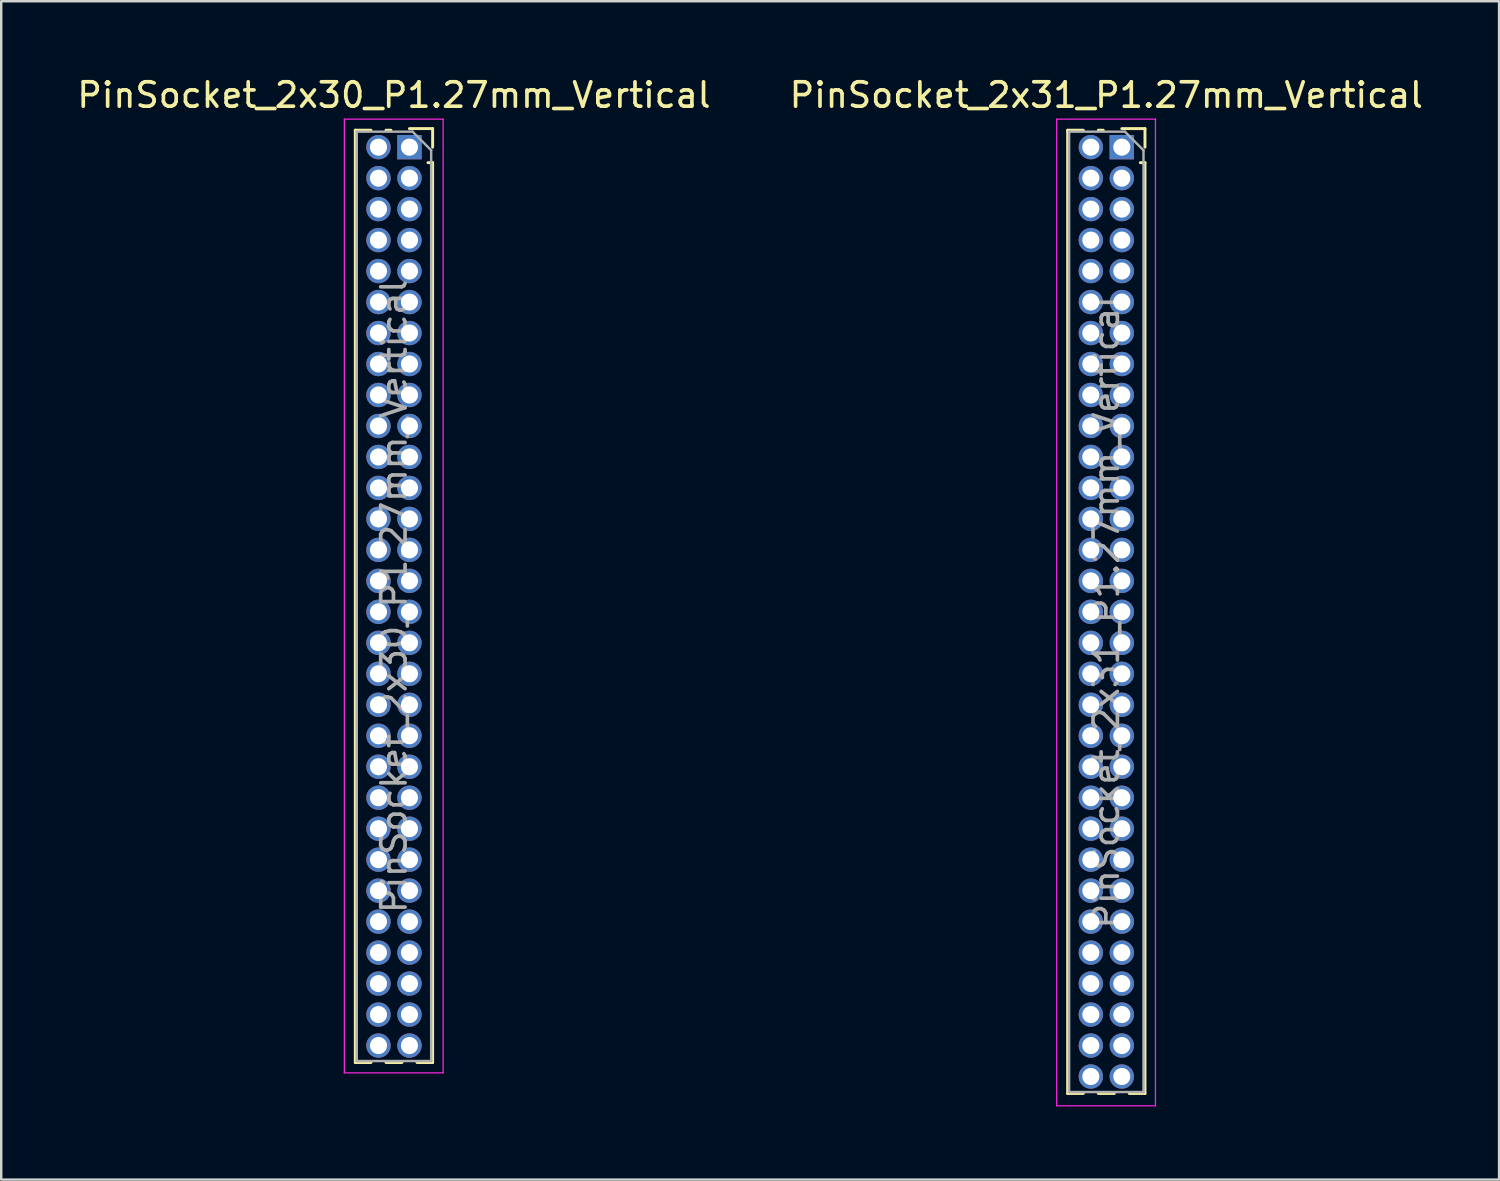
<source format=kicad_pcb>
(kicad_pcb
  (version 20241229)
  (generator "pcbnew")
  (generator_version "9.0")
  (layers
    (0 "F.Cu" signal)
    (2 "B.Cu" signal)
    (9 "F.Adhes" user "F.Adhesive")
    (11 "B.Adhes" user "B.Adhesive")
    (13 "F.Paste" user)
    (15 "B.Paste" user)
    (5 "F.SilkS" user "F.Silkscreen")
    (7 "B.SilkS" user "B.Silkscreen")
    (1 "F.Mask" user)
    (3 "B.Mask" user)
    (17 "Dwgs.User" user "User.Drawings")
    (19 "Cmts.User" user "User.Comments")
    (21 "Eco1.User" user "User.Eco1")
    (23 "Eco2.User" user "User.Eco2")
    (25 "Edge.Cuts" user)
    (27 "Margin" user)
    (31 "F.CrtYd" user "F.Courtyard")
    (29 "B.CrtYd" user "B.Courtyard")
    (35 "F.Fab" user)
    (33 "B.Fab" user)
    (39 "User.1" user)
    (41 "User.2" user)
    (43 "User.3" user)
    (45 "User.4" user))
  (footprint "PinSocket_2x30_P1.27mm_Vertical"
    (layer "F.Cu")
    (at 13.736 2.983)
    (property "Reference" "PinSocket_2x30_P1.27mm_Vertical" (at -0.635 -2.135 0) (layer "F.SilkS") (effects (font (size 1 1) (thickness 0.15))))
    (attr through_hole)
    (fp_line (start -2.22 -0.695) (end -2.22 37.525) (stroke (width 0.12) (type solid)) (layer "F.SilkS"))
    (fp_line (start -2.22 -0.695) (end -1.578 -0.695) (stroke (width 0.12) (type solid)) (layer "F.SilkS"))
    (fp_line (start -2.22 37.525) (end -1.578 37.525) (stroke (width 0.12) (type solid)) (layer "F.SilkS"))
    (fp_line (start -0.962 -0.695) (end -0.76 -0.695) (stroke (width 0.12) (type solid)) (layer "F.SilkS"))
    (fp_line (start -0.962 37.525) (end -0.308 37.525) (stroke (width 0.12) (type solid)) (layer "F.SilkS"))
    (fp_line (start 0 -0.76) (end 0.95 -0.76) (stroke (width 0.12) (type solid)) (layer "F.SilkS"))
    (fp_line (start 0.308 37.525) (end 0.95 37.525) (stroke (width 0.12) (type solid)) (layer "F.SilkS"))
    (fp_line (start 0.76 0.635) (end 0.95 0.635) (stroke (width 0.12) (type solid)) (layer "F.SilkS"))
    (fp_line (start 0.95 -0.76) (end 0.95 0) (stroke (width 0.12) (type solid)) (layer "F.SilkS"))
    (fp_line (start 0.95 0.635) (end 0.95 37.525) (stroke (width 0.12) (type solid)) (layer "F.SilkS"))
    (fp_line (start -2.67 -1.15) (end 1.38 -1.15) (stroke (width 0.05) (type solid)) (layer "F.CrtYd"))
    (fp_line (start -2.67 37.95) (end -2.67 -1.15) (stroke (width 0.05) (type solid)) (layer "F.CrtYd"))
    (fp_line (start 1.38 -1.15) (end 1.38 37.95) (stroke (width 0.05) (type solid)) (layer "F.CrtYd"))
    (fp_line (start 1.38 37.95) (end -2.67 37.95) (stroke (width 0.05) (type solid)) (layer "F.CrtYd"))
    (fp_line (start -2.16 -0.635) (end 0.128 -0.635) (stroke (width 0.1) (type solid)) (layer "F.Fab"))
    (fp_line (start -2.16 37.465) (end -2.16 -0.635) (stroke (width 0.1) (type solid)) (layer "F.Fab"))
    (fp_line (start 0.128 -0.635) (end 0.89 0.128) (stroke (width 0.1) (type solid)) (layer "F.Fab"))
    (fp_line (start 0.89 0.128) (end 0.89 37.465) (stroke (width 0.1) (type solid)) (layer "F.Fab"))
    (fp_line (start 0.89 37.465) (end -2.16 37.465) (stroke (width 0.1) (type solid)) (layer "F.Fab"))
    (fp_text user "${REFERENCE}" (at -0.635 18.415 90) (layer "F.Fab") (effects (font (size 1 1) (thickness 0.15))))
    (pad "1" thru_hole rect (at 0 0) (size 1 1) (drill 0.7) (layers "*.Cu" "*.Mask"))
    (pad "2" thru_hole oval (at -1.27 0) (size 1 1) (drill 0.7) (layers "*.Cu" "*.Mask"))
    (pad "3" thru_hole oval (at 0 1.27) (size 1 1) (drill 0.7) (layers "*.Cu" "*.Mask"))
    (pad "4" thru_hole oval (at -1.27 1.27) (size 1 1) (drill 0.7) (layers "*.Cu" "*.Mask"))
    (pad "5" thru_hole oval (at 0 2.54) (size 1 1) (drill 0.7) (layers "*.Cu" "*.Mask"))
    (pad "6" thru_hole oval (at -1.27 2.54) (size 1 1) (drill 0.7) (layers "*.Cu" "*.Mask"))
    (pad "7" thru_hole oval (at 0 3.81) (size 1 1) (drill 0.7) (layers "*.Cu" "*.Mask"))
    (pad "8" thru_hole oval (at -1.27 3.81) (size 1 1) (drill 0.7) (layers "*.Cu" "*.Mask"))
    (pad "9" thru_hole oval (at 0 5.08) (size 1 1) (drill 0.7) (layers "*.Cu" "*.Mask"))
    (pad "10" thru_hole oval (at -1.27 5.08) (size 1 1) (drill 0.7) (layers "*.Cu" "*.Mask"))
    (pad "11" thru_hole oval (at 0 6.35) (size 1 1) (drill 0.7) (layers "*.Cu" "*.Mask"))
    (pad "12" thru_hole oval (at -1.27 6.35) (size 1 1) (drill 0.7) (layers "*.Cu" "*.Mask"))
    (pad "13" thru_hole oval (at 0 7.62) (size 1 1) (drill 0.7) (layers "*.Cu" "*.Mask"))
    (pad "14" thru_hole oval (at -1.27 7.62) (size 1 1) (drill 0.7) (layers "*.Cu" "*.Mask"))
    (pad "15" thru_hole oval (at 0 8.89) (size 1 1) (drill 0.7) (layers "*.Cu" "*.Mask"))
    (pad "16" thru_hole oval (at -1.27 8.89) (size 1 1) (drill 0.7) (layers "*.Cu" "*.Mask"))
    (pad "17" thru_hole oval (at 0 10.16) (size 1 1) (drill 0.7) (layers "*.Cu" "*.Mask"))
    (pad "18" thru_hole oval (at -1.27 10.16) (size 1 1) (drill 0.7) (layers "*.Cu" "*.Mask"))
    (pad "19" thru_hole oval (at 0 11.43) (size 1 1) (drill 0.7) (layers "*.Cu" "*.Mask"))
    (pad "20" thru_hole oval (at -1.27 11.43) (size 1 1) (drill 0.7) (layers "*.Cu" "*.Mask"))
    (pad "21" thru_hole oval (at 0 12.7) (size 1 1) (drill 0.7) (layers "*.Cu" "*.Mask"))
    (pad "22" thru_hole oval (at -1.27 12.7) (size 1 1) (drill 0.7) (layers "*.Cu" "*.Mask"))
    (pad "23" thru_hole oval (at 0 13.97) (size 1 1) (drill 0.7) (layers "*.Cu" "*.Mask"))
    (pad "24" thru_hole oval (at -1.27 13.97) (size 1 1) (drill 0.7) (layers "*.Cu" "*.Mask"))
    (pad "25" thru_hole oval (at 0 15.24) (size 1 1) (drill 0.7) (layers "*.Cu" "*.Mask"))
    (pad "26" thru_hole oval (at -1.27 15.24) (size 1 1) (drill 0.7) (layers "*.Cu" "*.Mask"))
    (pad "27" thru_hole oval (at 0 16.51) (size 1 1) (drill 0.7) (layers "*.Cu" "*.Mask"))
    (pad "28" thru_hole oval (at -1.27 16.51) (size 1 1) (drill 0.7) (layers "*.Cu" "*.Mask"))
    (pad "29" thru_hole oval (at 0 17.78) (size 1 1) (drill 0.7) (layers "*.Cu" "*.Mask"))
    (pad "30" thru_hole oval (at -1.27 17.78) (size 1 1) (drill 0.7) (layers "*.Cu" "*.Mask"))
    (pad "31" thru_hole oval (at 0 19.05) (size 1 1) (drill 0.7) (layers "*.Cu" "*.Mask"))
    (pad "32" thru_hole oval (at -1.27 19.05) (size 1 1) (drill 0.7) (layers "*.Cu" "*.Mask"))
    (pad "33" thru_hole oval (at 0 20.32) (size 1 1) (drill 0.7) (layers "*.Cu" "*.Mask"))
    (pad "34" thru_hole oval (at -1.27 20.32) (size 1 1) (drill 0.7) (layers "*.Cu" "*.Mask"))
    (pad "35" thru_hole oval (at 0 21.59) (size 1 1) (drill 0.7) (layers "*.Cu" "*.Mask"))
    (pad "36" thru_hole oval (at -1.27 21.59) (size 1 1) (drill 0.7) (layers "*.Cu" "*.Mask"))
    (pad "37" thru_hole oval (at 0 22.86) (size 1 1) (drill 0.7) (layers "*.Cu" "*.Mask"))
    (pad "38" thru_hole oval (at -1.27 22.86) (size 1 1) (drill 0.7) (layers "*.Cu" "*.Mask"))
    (pad "39" thru_hole oval (at 0 24.13) (size 1 1) (drill 0.7) (layers "*.Cu" "*.Mask"))
    (pad "40" thru_hole oval (at -1.27 24.13) (size 1 1) (drill 0.7) (layers "*.Cu" "*.Mask"))
    (pad "41" thru_hole oval (at 0 25.4) (size 1 1) (drill 0.7) (layers "*.Cu" "*.Mask"))
    (pad "42" thru_hole oval (at -1.27 25.4) (size 1 1) (drill 0.7) (layers "*.Cu" "*.Mask"))
    (pad "43" thru_hole oval (at 0 26.67) (size 1 1) (drill 0.7) (layers "*.Cu" "*.Mask"))
    (pad "44" thru_hole oval (at -1.27 26.67) (size 1 1) (drill 0.7) (layers "*.Cu" "*.Mask"))
    (pad "45" thru_hole oval (at 0 27.94) (size 1 1) (drill 0.7) (layers "*.Cu" "*.Mask"))
    (pad "46" thru_hole oval (at -1.27 27.94) (size 1 1) (drill 0.7) (layers "*.Cu" "*.Mask"))
    (pad "47" thru_hole oval (at 0 29.21) (size 1 1) (drill 0.7) (layers "*.Cu" "*.Mask"))
    (pad "48" thru_hole oval (at -1.27 29.21) (size 1 1) (drill 0.7) (layers "*.Cu" "*.Mask"))
    (pad "49" thru_hole oval (at 0 30.48) (size 1 1) (drill 0.7) (layers "*.Cu" "*.Mask"))
    (pad "50" thru_hole oval (at -1.27 30.48) (size 1 1) (drill 0.7) (layers "*.Cu" "*.Mask"))
    (pad "51" thru_hole oval (at 0 31.75) (size 1 1) (drill 0.7) (layers "*.Cu" "*.Mask"))
    (pad "52" thru_hole oval (at -1.27 31.75) (size 1 1) (drill 0.7) (layers "*.Cu" "*.Mask"))
    (pad "53" thru_hole oval (at 0 33.02) (size 1 1) (drill 0.7) (layers "*.Cu" "*.Mask"))
    (pad "54" thru_hole oval (at -1.27 33.02) (size 1 1) (drill 0.7) (layers "*.Cu" "*.Mask"))
    (pad "55" thru_hole oval (at 0 34.29) (size 1 1) (drill 0.7) (layers "*.Cu" "*.Mask"))
    (pad "56" thru_hole oval (at -1.27 34.29) (size 1 1) (drill 0.7) (layers "*.Cu" "*.Mask"))
    (pad "57" thru_hole oval (at 0 35.56) (size 1 1) (drill 0.7) (layers "*.Cu" "*.Mask"))
    (pad "58" thru_hole oval (at -1.27 35.56) (size 1 1) (drill 0.7) (layers "*.Cu" "*.Mask"))
    (pad "59" thru_hole oval (at 0 36.83) (size 1 1) (drill 0.7) (layers "*.Cu" "*.Mask"))
    (pad "60" thru_hole oval (at -1.27 36.83) (size 1 1) (drill 0.7) (layers "*.Cu" "*.Mask")))
  (footprint "PinSocket_2x31_P1.27mm_Vertical"
    (layer "F.Cu")
    (at 42.939 2.983)
    (property "Reference" "PinSocket_2x31_P1.27mm_Vertical" (at -0.635 -2.135 0) (layer "F.SilkS") (effects (font (size 1 1) (thickness 0.15))))
    (attr through_hole)
    (fp_line (start -2.22 -0.695) (end -2.22 38.795) (stroke (width 0.12) (type solid)) (layer "F.SilkS"))
    (fp_line (start -2.22 -0.695) (end -1.578 -0.695) (stroke (width 0.12) (type solid)) (layer "F.SilkS"))
    (fp_line (start -2.22 38.795) (end -1.578 38.795) (stroke (width 0.12) (type solid)) (layer "F.SilkS"))
    (fp_line (start -0.962 -0.695) (end -0.76 -0.695) (stroke (width 0.12) (type solid)) (layer "F.SilkS"))
    (fp_line (start -0.962 38.795) (end -0.308 38.795) (stroke (width 0.12) (type solid)) (layer "F.SilkS"))
    (fp_line (start 0 -0.76) (end 0.95 -0.76) (stroke (width 0.12) (type solid)) (layer "F.SilkS"))
    (fp_line (start 0.308 38.795) (end 0.95 38.795) (stroke (width 0.12) (type solid)) (layer "F.SilkS"))
    (fp_line (start 0.76 0.635) (end 0.95 0.635) (stroke (width 0.12) (type solid)) (layer "F.SilkS"))
    (fp_line (start 0.95 -0.76) (end 0.95 0) (stroke (width 0.12) (type solid)) (layer "F.SilkS"))
    (fp_line (start 0.95 0.635) (end 0.95 38.795) (stroke (width 0.12) (type solid)) (layer "F.SilkS"))
    (fp_line (start -2.67 -1.15) (end 1.38 -1.15) (stroke (width 0.05) (type solid)) (layer "F.CrtYd"))
    (fp_line (start -2.67 39.3) (end -2.67 -1.15) (stroke (width 0.05) (type solid)) (layer "F.CrtYd"))
    (fp_line (start 1.38 -1.15) (end 1.38 39.3) (stroke (width 0.05) (type solid)) (layer "F.CrtYd"))
    (fp_line (start 1.38 39.3) (end -2.67 39.3) (stroke (width 0.05) (type solid)) (layer "F.CrtYd"))
    (fp_line (start -2.16 -0.635) (end 0.128 -0.635) (stroke (width 0.1) (type solid)) (layer "F.Fab"))
    (fp_line (start -2.16 38.735) (end -2.16 -0.635) (stroke (width 0.1) (type solid)) (layer "F.Fab"))
    (fp_line (start 0.128 -0.635) (end 0.89 0.128) (stroke (width 0.1) (type solid)) (layer "F.Fab"))
    (fp_line (start 0.89 0.128) (end 0.89 38.735) (stroke (width 0.1) (type solid)) (layer "F.Fab"))
    (fp_line (start 0.89 38.735) (end -2.16 38.735) (stroke (width 0.1) (type solid)) (layer "F.Fab"))
    (fp_text user "${REFERENCE}" (at -0.635 19.05 90) (layer "F.Fab") (effects (font (size 1 1) (thickness 0.15))))
    (pad "1" thru_hole rect (at 0 0) (size 1 1) (drill 0.7) (layers "*.Cu" "*.Mask"))
    (pad "2" thru_hole oval (at -1.27 0) (size 1 1) (drill 0.7) (layers "*.Cu" "*.Mask"))
    (pad "3" thru_hole oval (at 0 1.27) (size 1 1) (drill 0.7) (layers "*.Cu" "*.Mask"))
    (pad "4" thru_hole oval (at -1.27 1.27) (size 1 1) (drill 0.7) (layers "*.Cu" "*.Mask"))
    (pad "5" thru_hole oval (at 0 2.54) (size 1 1) (drill 0.7) (layers "*.Cu" "*.Mask"))
    (pad "6" thru_hole oval (at -1.27 2.54) (size 1 1) (drill 0.7) (layers "*.Cu" "*.Mask"))
    (pad "7" thru_hole oval (at 0 3.81) (size 1 1) (drill 0.7) (layers "*.Cu" "*.Mask"))
    (pad "8" thru_hole oval (at -1.27 3.81) (size 1 1) (drill 0.7) (layers "*.Cu" "*.Mask"))
    (pad "9" thru_hole oval (at 0 5.08) (size 1 1) (drill 0.7) (layers "*.Cu" "*.Mask"))
    (pad "10" thru_hole oval (at -1.27 5.08) (size 1 1) (drill 0.7) (layers "*.Cu" "*.Mask"))
    (pad "11" thru_hole oval (at 0 6.35) (size 1 1) (drill 0.7) (layers "*.Cu" "*.Mask"))
    (pad "12" thru_hole oval (at -1.27 6.35) (size 1 1) (drill 0.7) (layers "*.Cu" "*.Mask"))
    (pad "13" thru_hole oval (at 0 7.62) (size 1 1) (drill 0.7) (layers "*.Cu" "*.Mask"))
    (pad "14" thru_hole oval (at -1.27 7.62) (size 1 1) (drill 0.7) (layers "*.Cu" "*.Mask"))
    (pad "15" thru_hole oval (at 0 8.89) (size 1 1) (drill 0.7) (layers "*.Cu" "*.Mask"))
    (pad "16" thru_hole oval (at -1.27 8.89) (size 1 1) (drill 0.7) (layers "*.Cu" "*.Mask"))
    (pad "17" thru_hole oval (at 0 10.16) (size 1 1) (drill 0.7) (layers "*.Cu" "*.Mask"))
    (pad "18" thru_hole oval (at -1.27 10.16) (size 1 1) (drill 0.7) (layers "*.Cu" "*.Mask"))
    (pad "19" thru_hole oval (at 0 11.43) (size 1 1) (drill 0.7) (layers "*.Cu" "*.Mask"))
    (pad "20" thru_hole oval (at -1.27 11.43) (size 1 1) (drill 0.7) (layers "*.Cu" "*.Mask"))
    (pad "21" thru_hole oval (at 0 12.7) (size 1 1) (drill 0.7) (layers "*.Cu" "*.Mask"))
    (pad "22" thru_hole oval (at -1.27 12.7) (size 1 1) (drill 0.7) (layers "*.Cu" "*.Mask"))
    (pad "23" thru_hole oval (at 0 13.97) (size 1 1) (drill 0.7) (layers "*.Cu" "*.Mask"))
    (pad "24" thru_hole oval (at -1.27 13.97) (size 1 1) (drill 0.7) (layers "*.Cu" "*.Mask"))
    (pad "25" thru_hole oval (at 0 15.24) (size 1 1) (drill 0.7) (layers "*.Cu" "*.Mask"))
    (pad "26" thru_hole oval (at -1.27 15.24) (size 1 1) (drill 0.7) (layers "*.Cu" "*.Mask"))
    (pad "27" thru_hole oval (at 0 16.51) (size 1 1) (drill 0.7) (layers "*.Cu" "*.Mask"))
    (pad "28" thru_hole oval (at -1.27 16.51) (size 1 1) (drill 0.7) (layers "*.Cu" "*.Mask"))
    (pad "29" thru_hole oval (at 0 17.78) (size 1 1) (drill 0.7) (layers "*.Cu" "*.Mask"))
    (pad "30" thru_hole oval (at -1.27 17.78) (size 1 1) (drill 0.7) (layers "*.Cu" "*.Mask"))
    (pad "31" thru_hole oval (at 0 19.05) (size 1 1) (drill 0.7) (layers "*.Cu" "*.Mask"))
    (pad "32" thru_hole oval (at -1.27 19.05) (size 1 1) (drill 0.7) (layers "*.Cu" "*.Mask"))
    (pad "33" thru_hole oval (at 0 20.32) (size 1 1) (drill 0.7) (layers "*.Cu" "*.Mask"))
    (pad "34" thru_hole oval (at -1.27 20.32) (size 1 1) (drill 0.7) (layers "*.Cu" "*.Mask"))
    (pad "35" thru_hole oval (at 0 21.59) (size 1 1) (drill 0.7) (layers "*.Cu" "*.Mask"))
    (pad "36" thru_hole oval (at -1.27 21.59) (size 1 1) (drill 0.7) (layers "*.Cu" "*.Mask"))
    (pad "37" thru_hole oval (at 0 22.86) (size 1 1) (drill 0.7) (layers "*.Cu" "*.Mask"))
    (pad "38" thru_hole oval (at -1.27 22.86) (size 1 1) (drill 0.7) (layers "*.Cu" "*.Mask"))
    (pad "39" thru_hole oval (at 0 24.13) (size 1 1) (drill 0.7) (layers "*.Cu" "*.Mask"))
    (pad "40" thru_hole oval (at -1.27 24.13) (size 1 1) (drill 0.7) (layers "*.Cu" "*.Mask"))
    (pad "41" thru_hole oval (at 0 25.4) (size 1 1) (drill 0.7) (layers "*.Cu" "*.Mask"))
    (pad "42" thru_hole oval (at -1.27 25.4) (size 1 1) (drill 0.7) (layers "*.Cu" "*.Mask"))
    (pad "43" thru_hole oval (at 0 26.67) (size 1 1) (drill 0.7) (layers "*.Cu" "*.Mask"))
    (pad "44" thru_hole oval (at -1.27 26.67) (size 1 1) (drill 0.7) (layers "*.Cu" "*.Mask"))
    (pad "45" thru_hole oval (at 0 27.94) (size 1 1) (drill 0.7) (layers "*.Cu" "*.Mask"))
    (pad "46" thru_hole oval (at -1.27 27.94) (size 1 1) (drill 0.7) (layers "*.Cu" "*.Mask"))
    (pad "47" thru_hole oval (at 0 29.21) (size 1 1) (drill 0.7) (layers "*.Cu" "*.Mask"))
    (pad "48" thru_hole oval (at -1.27 29.21) (size 1 1) (drill 0.7) (layers "*.Cu" "*.Mask"))
    (pad "49" thru_hole oval (at 0 30.48) (size 1 1) (drill 0.7) (layers "*.Cu" "*.Mask"))
    (pad "50" thru_hole oval (at -1.27 30.48) (size 1 1) (drill 0.7) (layers "*.Cu" "*.Mask"))
    (pad "51" thru_hole oval (at 0 31.75) (size 1 1) (drill 0.7) (layers "*.Cu" "*.Mask"))
    (pad "52" thru_hole oval (at -1.27 31.75) (size 1 1) (drill 0.7) (layers "*.Cu" "*.Mask"))
    (pad "53" thru_hole oval (at 0 33.02) (size 1 1) (drill 0.7) (layers "*.Cu" "*.Mask"))
    (pad "54" thru_hole oval (at -1.27 33.02) (size 1 1) (drill 0.7) (layers "*.Cu" "*.Mask"))
    (pad "55" thru_hole oval (at 0 34.29) (size 1 1) (drill 0.7) (layers "*.Cu" "*.Mask"))
    (pad "56" thru_hole oval (at -1.27 34.29) (size 1 1) (drill 0.7) (layers "*.Cu" "*.Mask"))
    (pad "57" thru_hole oval (at 0 35.56) (size 1 1) (drill 0.7) (layers "*.Cu" "*.Mask"))
    (pad "58" thru_hole oval (at -1.27 35.56) (size 1 1) (drill 0.7) (layers "*.Cu" "*.Mask"))
    (pad "59" thru_hole oval (at 0 36.83) (size 1 1) (drill 0.7) (layers "*.Cu" "*.Mask"))
    (pad "60" thru_hole oval (at -1.27 36.83) (size 1 1) (drill 0.7) (layers "*.Cu" "*.Mask"))
    (pad "61" thru_hole oval (at 0 38.1) (size 1 1) (drill 0.7) (layers "*.Cu" "*.Mask"))
    (pad "62" thru_hole oval (at -1.27 38.1) (size 1 1) (drill 0.7) (layers "*.Cu" "*.Mask")))
  (gr_rect
    (start -3 -3)
    (end 58.405 45.308)
    (stroke (width 0.1) (type default))
    (fill no)
    (layer "Edge.Cuts")))
</source>
